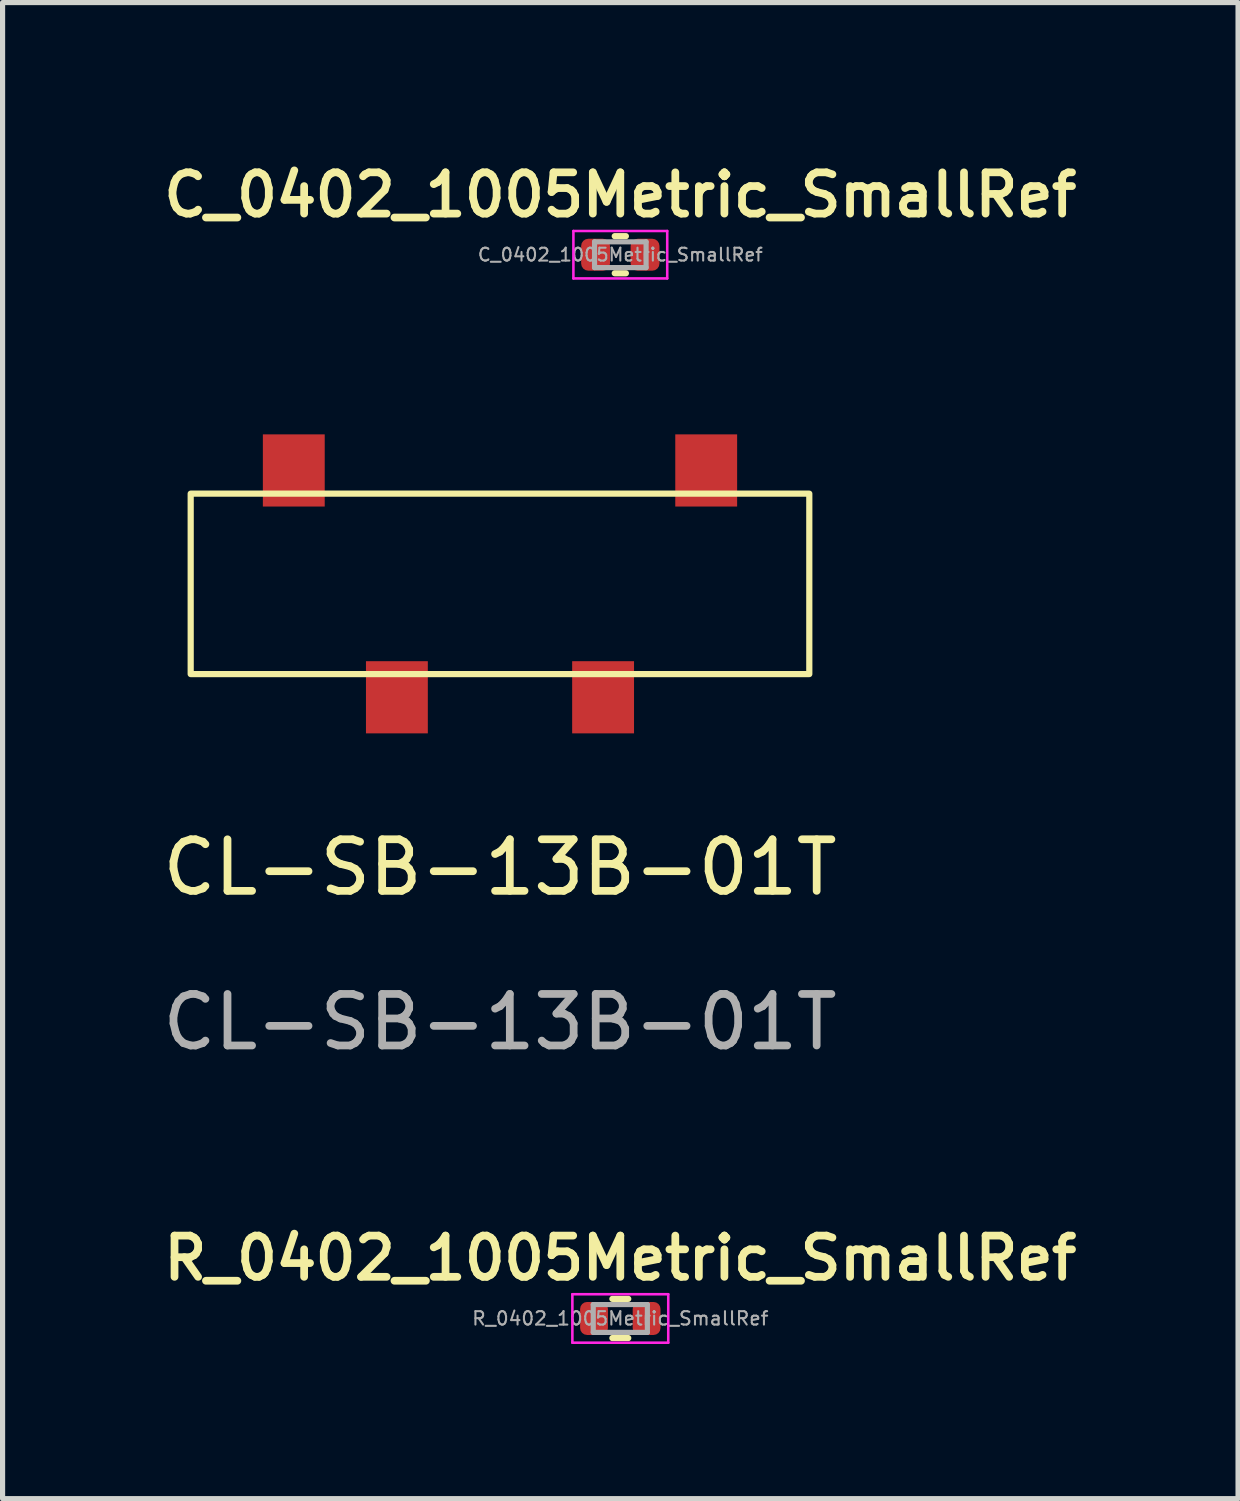
<source format=kicad_pcb>
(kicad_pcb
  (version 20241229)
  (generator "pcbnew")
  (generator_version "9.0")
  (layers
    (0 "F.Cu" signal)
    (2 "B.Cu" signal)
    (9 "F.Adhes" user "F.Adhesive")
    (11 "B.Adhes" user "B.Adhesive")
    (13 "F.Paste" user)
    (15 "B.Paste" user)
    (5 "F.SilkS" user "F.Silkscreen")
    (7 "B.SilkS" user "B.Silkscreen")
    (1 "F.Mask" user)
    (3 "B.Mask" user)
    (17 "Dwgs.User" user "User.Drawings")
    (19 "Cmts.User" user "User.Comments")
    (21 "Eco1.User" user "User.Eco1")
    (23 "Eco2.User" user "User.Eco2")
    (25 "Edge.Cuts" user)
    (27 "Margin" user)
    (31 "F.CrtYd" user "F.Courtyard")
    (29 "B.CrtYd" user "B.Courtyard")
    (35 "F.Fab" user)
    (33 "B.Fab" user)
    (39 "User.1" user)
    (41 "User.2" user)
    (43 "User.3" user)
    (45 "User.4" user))
  (footprint "R_0402_1005Metric_SmallRef"
    (layer "F.Cu")
    (at 8.983 22.526)
    (property "Reference" "R_0402_1005Metric_SmallRef" (at 0 -1.17 0) (layer "F.SilkS") (effects (font (size 0.8 0.8) (thickness 0.15))))
    (attr smd)
    (fp_line (start -0.154 -0.38) (end 0.154 -0.38) (stroke (width 0.12) (type solid)) (layer "F.SilkS"))
    (fp_line (start -0.154 0.38) (end 0.154 0.38) (stroke (width 0.12) (type solid)) (layer "F.SilkS"))
    (fp_line (start -0.93 -0.47) (end 0.93 -0.47) (stroke (width 0.05) (type solid)) (layer "F.CrtYd"))
    (fp_line (start -0.93 0.47) (end -0.93 -0.47) (stroke (width 0.05) (type solid)) (layer "F.CrtYd"))
    (fp_line (start 0.93 -0.47) (end 0.93 0.47) (stroke (width 0.05) (type solid)) (layer "F.CrtYd"))
    (fp_line (start 0.93 0.47) (end -0.93 0.47) (stroke (width 0.05) (type solid)) (layer "F.CrtYd"))
    (fp_line (start -0.525 -0.27) (end 0.525 -0.27) (stroke (width 0.1) (type solid)) (layer "F.Fab"))
    (fp_line (start -0.525 0.27) (end -0.525 -0.27) (stroke (width 0.1) (type solid)) (layer "F.Fab"))
    (fp_line (start 0.525 -0.27) (end 0.525 0.27) (stroke (width 0.1) (type solid)) (layer "F.Fab"))
    (fp_line (start 0.525 0.27) (end -0.525 0.27) (stroke (width 0.1) (type solid)) (layer "F.Fab"))
    (fp_text user "${REFERENCE}" (at 0 0 0) (layer "F.Fab") (effects (font (size 0.26 0.26) (thickness 0.04))))
    (pad "1" smd roundrect (at -0.51 0) (size 0.54 0.64) (layers "F.Cu" "F.Mask" "F.Paste") (roundrect_rratio 0.25))
    (pad "2" smd roundrect (at 0.51 0) (size 0.54 0.64) (layers "F.Cu" "F.Mask" "F.Paste") (roundrect_rratio 0.25)))
  (footprint "C_0402_1005Metric_SmallRef"
    (layer "F.Cu")
    (at 8.983 1.891)
    (property "Reference" "C_0402_1005Metric_SmallRef" (at 0 -1.16 0) (layer "F.SilkS") (effects (font (size 0.8 0.8) (thickness 0.15))))
    (attr smd)
    (fp_line (start -0.108 -0.36) (end 0.108 -0.36) (stroke (width 0.12) (type solid)) (layer "F.SilkS"))
    (fp_line (start -0.108 0.36) (end 0.108 0.36) (stroke (width 0.12) (type solid)) (layer "F.SilkS"))
    (fp_line (start -0.91 -0.46) (end 0.91 -0.46) (stroke (width 0.05) (type solid)) (layer "F.CrtYd"))
    (fp_line (start -0.91 0.46) (end -0.91 -0.46) (stroke (width 0.05) (type solid)) (layer "F.CrtYd"))
    (fp_line (start 0.91 -0.46) (end 0.91 0.46) (stroke (width 0.05) (type solid)) (layer "F.CrtYd"))
    (fp_line (start 0.91 0.46) (end -0.91 0.46) (stroke (width 0.05) (type solid)) (layer "F.CrtYd"))
    (fp_line (start -0.5 -0.25) (end 0.5 -0.25) (stroke (width 0.1) (type solid)) (layer "F.Fab"))
    (fp_line (start -0.5 0.25) (end -0.5 -0.25) (stroke (width 0.1) (type solid)) (layer "F.Fab"))
    (fp_line (start 0.5 -0.25) (end 0.5 0.25) (stroke (width 0.1) (type solid)) (layer "F.Fab"))
    (fp_line (start 0.5 0.25) (end -0.5 0.25) (stroke (width 0.1) (type solid)) (layer "F.Fab"))
    (fp_text user "${REFERENCE}" (at 0 0 0) (layer "F.Fab") (effects (font (size 0.25 0.25) (thickness 0.04))))
    (pad "1" smd roundrect (at -0.48 0) (size 0.56 0.62) (layers "F.Cu" "F.Mask" "F.Paste") (roundrect_rratio 0.25))
    (pad "2" smd roundrect (at 0.48 0) (size 0.56 0.62) (layers "F.Cu" "F.Mask" "F.Paste") (roundrect_rratio 0.25)))
  (footprint "CL-SB-13B-01T"
    (layer "F.Cu")
    (at 6.649 8.276)
    (property "Reference" "CL-SB-13B-01T" (at 0 5.5 0) (unlocked yes) (layer "F.SilkS") (effects (font (size 1 1) (thickness 0.15))))
    (attr smd)
    (fp_rect (start 6 -1.75) (end -6 1.75) (stroke (width 0.12) (type solid)) (fill no) (layer "F.SilkS"))
    (fp_text user "${REFERENCE}" (at 0 8.5 0) (unlocked yes) (layer "F.Fab") (effects (font (size 1 1) (thickness 0.15))))
    (pad "" np_thru_hole circle (at -3 0) (size 0.001 0.001) (drill 0.9) (layers "*.Cu" "*.Mask"))
    (pad "" np_thru_hole circle (at 5 0) (size 0.001 0.001) (drill 1) (layers "*.Cu" "*.Mask"))
    (pad "1" smd rect (at -4 -2.2) (size 1.2 1.4) (layers "F.Cu" "F.Mask" "F.Paste"))
    (pad "2" smd rect (at -2 2.2) (size 1.2 1.4) (layers "F.Cu" "F.Mask" "F.Paste"))
    (pad "3" smd rect (at 2 2.2) (size 1.2 1.4) (layers "F.Cu" "F.Mask" "F.Paste"))
    (pad "4" smd rect (at 4 -2.2) (size 1.2 1.4) (layers "F.Cu" "F.Mask" "F.Paste")))
  (gr_rect
    (start -3 -3)
    (end 20.966 26.021)
    (stroke (width 0.1) (type default))
    (fill no)
    (layer "Edge.Cuts")))
</source>
